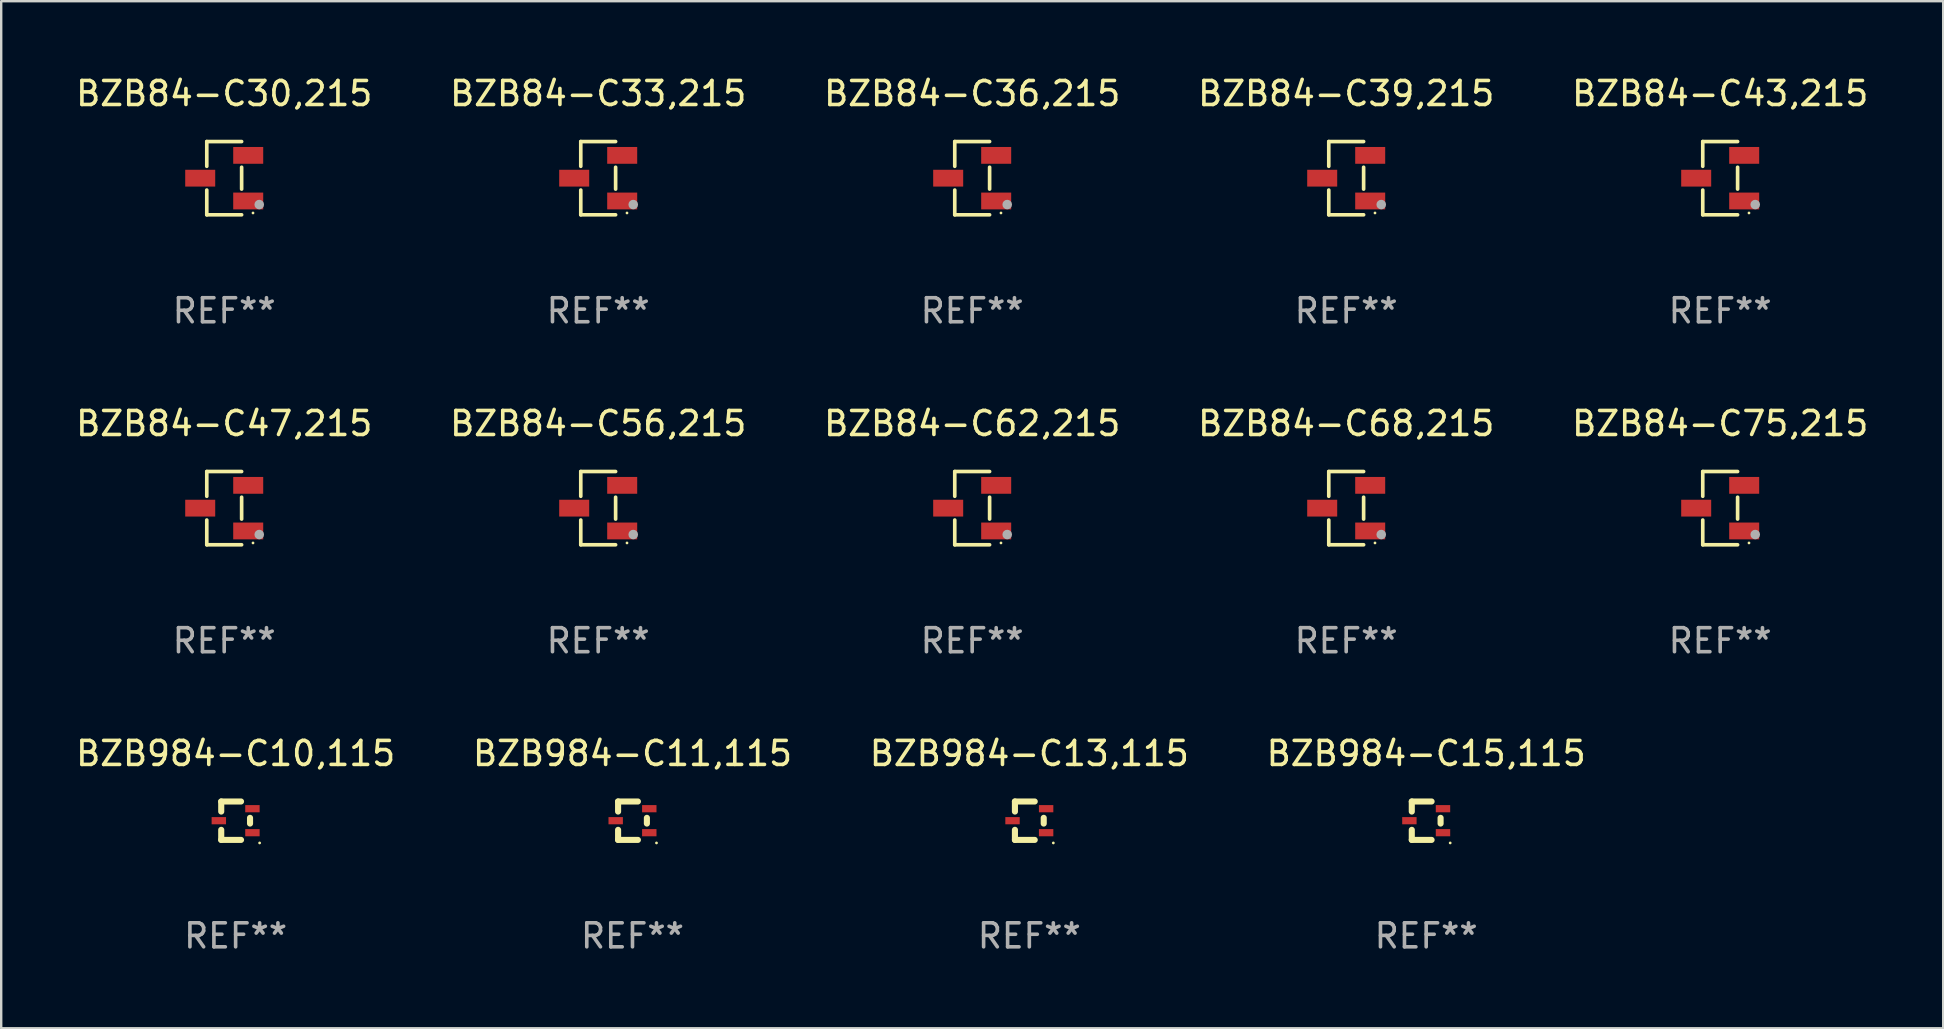
<source format=kicad_pcb>
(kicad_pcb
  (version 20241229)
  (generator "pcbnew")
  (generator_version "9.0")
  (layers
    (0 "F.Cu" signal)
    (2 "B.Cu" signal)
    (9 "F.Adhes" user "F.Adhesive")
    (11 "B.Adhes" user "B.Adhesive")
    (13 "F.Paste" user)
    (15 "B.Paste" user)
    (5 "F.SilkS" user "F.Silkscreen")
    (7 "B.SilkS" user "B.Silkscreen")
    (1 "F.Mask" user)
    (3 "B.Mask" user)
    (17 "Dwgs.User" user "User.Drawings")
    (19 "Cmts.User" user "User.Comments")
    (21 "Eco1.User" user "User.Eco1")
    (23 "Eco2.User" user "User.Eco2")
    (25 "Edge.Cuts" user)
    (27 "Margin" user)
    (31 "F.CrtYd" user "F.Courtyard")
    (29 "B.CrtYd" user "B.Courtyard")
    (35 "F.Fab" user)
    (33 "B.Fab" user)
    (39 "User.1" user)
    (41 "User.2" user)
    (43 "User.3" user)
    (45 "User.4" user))
  (footprint "BZB984-C13,115"
    (layer "F.Cu")
    (at 39.839 31.146)
    (property "Reference" "BZB984-C13,115" (at 0 -2.8 0) (layer "F.SilkS") (effects (font (size 1 1) (thickness 0.15))))
    (attr through_hole)
    (fp_line (start -0.6 -0.8) (end -0.6 -0.381) (stroke (width 0.254) (type solid)) (layer "F.SilkS"))
    (fp_line (start -0.6 -0.8) (end 0.225 -0.8) (stroke (width 0.254) (type solid)) (layer "F.SilkS"))
    (fp_line (start -0.6 0.381) (end -0.6 0.8) (stroke (width 0.254) (type solid)) (layer "F.SilkS"))
    (fp_line (start -0.6 0.8) (end 0.225 0.8) (stroke (width 0.254) (type solid)) (layer "F.SilkS"))
    (fp_line (start 0.6 -0.119) (end 0.6 0.119) (stroke (width 0.254) (type solid)) (layer "F.SilkS"))
    (fp_circle (center 1 0.927) (end 1.03 0.927) (stroke (width 0.06) (type solid)) (fill no) (layer "F.SilkS"))
    (fp_text user "REF**" (at 0 4.8 0) (layer "F.Fab") (effects (font (size 1 1) (thickness 0.15))))
    (pad "1" smd rect (at 0.7 0.5 180) (size 0.6 0.3) (layers "F.Cu" "F.Mask" "F.Paste"))
    (pad "2" smd rect (at 0.7 -0.5 180) (size 0.6 0.3) (layers "F.Cu" "F.Mask" "F.Paste"))
    (pad "3" smd rect (at -0.7 -0.000051 180) (size 0.6 0.3) (layers "F.Cu" "F.Mask" "F.Paste")))
  (footprint "BZB84-C68,215"
    (layer "F.Cu")
    (at 53.042 18.123)
    (property "Reference" "BZB84-C68,215" (at 0 -3.526 0) (layer "F.SilkS") (effects (font (size 1 1) (thickness 0.15))))
    (attr through_hole)
    (fp_line (start -0.726 -1.526) (end -0.726 -0.495) (stroke (width 0.152) (type solid)) (layer "F.SilkS"))
    (fp_line (start -0.726 1.526) (end -0.726 0.495) (stroke (width 0.152) (type solid)) (layer "F.SilkS"))
    (fp_line (start 0.726 -1.526) (end -0.726 -1.526) (stroke (width 0.152) (type solid)) (layer "F.SilkS"))
    (fp_line (start 0.726 -0.455) (end 0.726 0.455) (stroke (width 0.152) (type solid)) (layer "F.SilkS"))
    (fp_line (start 0.726 1.526) (end -0.726 1.526) (stroke (width 0.152) (type solid)) (layer "F.SilkS"))
    (fp_circle (center 1.2 1.45) (end 1.23 1.45) (stroke (width 0.06) (type solid)) (fill no) (layer "F.SilkS"))
    (fp_circle (center 1.46 1.1) (end 1.56 1.1) (stroke (width 0.2) (type solid)) (fill no) (layer "F.Fab"))
    (fp_text user "REF**" (at 0 5.526 0) (layer "F.Fab") (effects (font (size 1 1) (thickness 0.15))))
    (pad "1" smd rect (at 1 0.95) (size 1.25 0.7) (layers "F.Cu" "F.Mask" "F.Paste"))
    (pad "2" smd rect (at 1 -0.95) (size 1.25 0.7) (layers "F.Cu" "F.Mask" "F.Paste"))
    (pad "3" smd rect (at -1 0) (size 1.25 0.7) (layers "F.Cu" "F.Mask" "F.Paste")))
  (footprint "BZB84-C39,215"
    (layer "F.Cu")
    (at 53.042 4.374)
    (property "Reference" "BZB84-C39,215" (at 0 -3.526 0) (layer "F.SilkS") (effects (font (size 1 1) (thickness 0.15))))
    (attr through_hole)
    (fp_line (start -0.726 -1.526) (end -0.726 -0.495) (stroke (width 0.152) (type solid)) (layer "F.SilkS"))
    (fp_line (start -0.726 1.526) (end -0.726 0.495) (stroke (width 0.152) (type solid)) (layer "F.SilkS"))
    (fp_line (start 0.726 -1.526) (end -0.726 -1.526) (stroke (width 0.152) (type solid)) (layer "F.SilkS"))
    (fp_line (start 0.726 -0.455) (end 0.726 0.455) (stroke (width 0.152) (type solid)) (layer "F.SilkS"))
    (fp_line (start 0.726 1.526) (end -0.726 1.526) (stroke (width 0.152) (type solid)) (layer "F.SilkS"))
    (fp_circle (center 1.2 1.45) (end 1.23 1.45) (stroke (width 0.06) (type solid)) (fill no) (layer "F.SilkS"))
    (fp_circle (center 1.46 1.1) (end 1.56 1.1) (stroke (width 0.2) (type solid)) (fill no) (layer "F.Fab"))
    (fp_text user "REF**" (at 0 5.526 0) (layer "F.Fab") (effects (font (size 1 1) (thickness 0.15))))
    (pad "1" smd rect (at 1 0.95) (size 1.25 0.7) (layers "F.Cu" "F.Mask" "F.Paste"))
    (pad "2" smd rect (at 1 -0.95) (size 1.25 0.7) (layers "F.Cu" "F.Mask" "F.Paste"))
    (pad "3" smd rect (at -1 0) (size 1.25 0.7) (layers "F.Cu" "F.Mask" "F.Paste")))
  (footprint "BZB84-C47,215"
    (layer "F.Cu")
    (at 6.292 18.123)
    (property "Reference" "BZB84-C47,215" (at 0 -3.526 0) (layer "F.SilkS") (effects (font (size 1 1) (thickness 0.15))))
    (attr through_hole)
    (fp_line (start -0.726 -1.526) (end -0.726 -0.495) (stroke (width 0.152) (type solid)) (layer "F.SilkS"))
    (fp_line (start -0.726 1.526) (end -0.726 0.495) (stroke (width 0.152) (type solid)) (layer "F.SilkS"))
    (fp_line (start 0.726 -1.526) (end -0.726 -1.526) (stroke (width 0.152) (type solid)) (layer "F.SilkS"))
    (fp_line (start 0.726 -0.455) (end 0.726 0.455) (stroke (width 0.152) (type solid)) (layer "F.SilkS"))
    (fp_line (start 0.726 1.526) (end -0.726 1.526) (stroke (width 0.152) (type solid)) (layer "F.SilkS"))
    (fp_circle (center 1.2 1.45) (end 1.23 1.45) (stroke (width 0.06) (type solid)) (fill no) (layer "F.SilkS"))
    (fp_circle (center 1.46 1.1) (end 1.56 1.1) (stroke (width 0.2) (type solid)) (fill no) (layer "F.Fab"))
    (fp_text user "REF**" (at 0 5.526 0) (layer "F.Fab") (effects (font (size 1 1) (thickness 0.15))))
    (pad "1" smd rect (at 1 0.95) (size 1.25 0.7) (layers "F.Cu" "F.Mask" "F.Paste"))
    (pad "2" smd rect (at 1 -0.95) (size 1.25 0.7) (layers "F.Cu" "F.Mask" "F.Paste"))
    (pad "3" smd rect (at -1 0) (size 1.25 0.7) (layers "F.Cu" "F.Mask" "F.Paste")))
  (footprint "BZB84-C56,215"
    (layer "F.Cu")
    (at 21.875 18.123)
    (property "Reference" "BZB84-C56,215" (at 0 -3.526 0) (layer "F.SilkS") (effects (font (size 1 1) (thickness 0.15))))
    (attr through_hole)
    (fp_line (start -0.726 -1.526) (end -0.726 -0.495) (stroke (width 0.152) (type solid)) (layer "F.SilkS"))
    (fp_line (start -0.726 1.526) (end -0.726 0.495) (stroke (width 0.152) (type solid)) (layer "F.SilkS"))
    (fp_line (start 0.726 -1.526) (end -0.726 -1.526) (stroke (width 0.152) (type solid)) (layer "F.SilkS"))
    (fp_line (start 0.726 -0.455) (end 0.726 0.455) (stroke (width 0.152) (type solid)) (layer "F.SilkS"))
    (fp_line (start 0.726 1.526) (end -0.726 1.526) (stroke (width 0.152) (type solid)) (layer "F.SilkS"))
    (fp_circle (center 1.2 1.45) (end 1.23 1.45) (stroke (width 0.06) (type solid)) (fill no) (layer "F.SilkS"))
    (fp_circle (center 1.46 1.1) (end 1.56 1.1) (stroke (width 0.2) (type solid)) (fill no) (layer "F.Fab"))
    (fp_text user "REF**" (at 0 5.526 0) (layer "F.Fab") (effects (font (size 1 1) (thickness 0.15))))
    (pad "1" smd rect (at 1 0.95) (size 1.25 0.7) (layers "F.Cu" "F.Mask" "F.Paste"))
    (pad "2" smd rect (at 1 -0.95) (size 1.25 0.7) (layers "F.Cu" "F.Mask" "F.Paste"))
    (pad "3" smd rect (at -1 0) (size 1.25 0.7) (layers "F.Cu" "F.Mask" "F.Paste")))
  (footprint "BZB984-C15,115"
    (layer "F.Cu")
    (at 56.375 31.146)
    (property "Reference" "BZB984-C15,115" (at 0 -2.8 0) (layer "F.SilkS") (effects (font (size 1 1) (thickness 0.15))))
    (attr through_hole)
    (fp_line (start -0.6 -0.8) (end -0.6 -0.381) (stroke (width 0.254) (type solid)) (layer "F.SilkS"))
    (fp_line (start -0.6 -0.8) (end 0.225 -0.8) (stroke (width 0.254) (type solid)) (layer "F.SilkS"))
    (fp_line (start -0.6 0.381) (end -0.6 0.8) (stroke (width 0.254) (type solid)) (layer "F.SilkS"))
    (fp_line (start -0.6 0.8) (end 0.225 0.8) (stroke (width 0.254) (type solid)) (layer "F.SilkS"))
    (fp_line (start 0.6 -0.119) (end 0.6 0.119) (stroke (width 0.254) (type solid)) (layer "F.SilkS"))
    (fp_circle (center 1 0.927) (end 1.03 0.927) (stroke (width 0.06) (type solid)) (fill no) (layer "F.SilkS"))
    (fp_text user "REF**" (at 0 4.8 0) (layer "F.Fab") (effects (font (size 1 1) (thickness 0.15))))
    (pad "1" smd rect (at 0.7 0.5 180) (size 0.6 0.3) (layers "F.Cu" "F.Mask" "F.Paste"))
    (pad "2" smd rect (at 0.7 -0.5 180) (size 0.6 0.3) (layers "F.Cu" "F.Mask" "F.Paste"))
    (pad "3" smd rect (at -0.7 -0.000051 180) (size 0.6 0.3) (layers "F.Cu" "F.Mask" "F.Paste")))
  (footprint "BZB984-C11,115"
    (layer "F.Cu")
    (at 23.304 31.146)
    (property "Reference" "BZB984-C11,115" (at 0 -2.8 0) (layer "F.SilkS") (effects (font (size 1 1) (thickness 0.15))))
    (attr through_hole)
    (fp_line (start -0.6 -0.8) (end -0.6 -0.381) (stroke (width 0.254) (type solid)) (layer "F.SilkS"))
    (fp_line (start -0.6 -0.8) (end 0.225 -0.8) (stroke (width 0.254) (type solid)) (layer "F.SilkS"))
    (fp_line (start -0.6 0.381) (end -0.6 0.8) (stroke (width 0.254) (type solid)) (layer "F.SilkS"))
    (fp_line (start -0.6 0.8) (end 0.225 0.8) (stroke (width 0.254) (type solid)) (layer "F.SilkS"))
    (fp_line (start 0.6 -0.119) (end 0.6 0.119) (stroke (width 0.254) (type solid)) (layer "F.SilkS"))
    (fp_circle (center 1 0.927) (end 1.03 0.927) (stroke (width 0.06) (type solid)) (fill no) (layer "F.SilkS"))
    (fp_text user "REF**" (at 0 4.8 0) (layer "F.Fab") (effects (font (size 1 1) (thickness 0.15))))
    (pad "1" smd rect (at 0.7 0.5 180) (size 0.6 0.3) (layers "F.Cu" "F.Mask" "F.Paste"))
    (pad "2" smd rect (at 0.7 -0.5 180) (size 0.6 0.3) (layers "F.Cu" "F.Mask" "F.Paste"))
    (pad "3" smd rect (at -0.7 -0.000051 180) (size 0.6 0.3) (layers "F.Cu" "F.Mask" "F.Paste")))
  (footprint "BZB84-C33,215"
    (layer "F.Cu")
    (at 21.875 4.374)
    (property "Reference" "BZB84-C33,215" (at 0 -3.526 0) (layer "F.SilkS") (effects (font (size 1 1) (thickness 0.15))))
    (attr through_hole)
    (fp_line (start -0.726 -1.526) (end -0.726 -0.495) (stroke (width 0.152) (type solid)) (layer "F.SilkS"))
    (fp_line (start -0.726 1.526) (end -0.726 0.495) (stroke (width 0.152) (type solid)) (layer "F.SilkS"))
    (fp_line (start 0.726 -1.526) (end -0.726 -1.526) (stroke (width 0.152) (type solid)) (layer "F.SilkS"))
    (fp_line (start 0.726 -0.455) (end 0.726 0.455) (stroke (width 0.152) (type solid)) (layer "F.SilkS"))
    (fp_line (start 0.726 1.526) (end -0.726 1.526) (stroke (width 0.152) (type solid)) (layer "F.SilkS"))
    (fp_circle (center 1.2 1.45) (end 1.23 1.45) (stroke (width 0.06) (type solid)) (fill no) (layer "F.SilkS"))
    (fp_circle (center 1.46 1.1) (end 1.56 1.1) (stroke (width 0.2) (type solid)) (fill no) (layer "F.Fab"))
    (fp_text user "REF**" (at 0 5.526 0) (layer "F.Fab") (effects (font (size 1 1) (thickness 0.15))))
    (pad "1" smd rect (at 1 0.95) (size 1.25 0.7) (layers "F.Cu" "F.Mask" "F.Paste"))
    (pad "2" smd rect (at 1 -0.95) (size 1.25 0.7) (layers "F.Cu" "F.Mask" "F.Paste"))
    (pad "3" smd rect (at -1 0) (size 1.25 0.7) (layers "F.Cu" "F.Mask" "F.Paste")))
  (footprint "BZB84-C43,215"
    (layer "F.Cu")
    (at 68.625 4.374)
    (property "Reference" "BZB84-C43,215" (at 0 -3.526 0) (layer "F.SilkS") (effects (font (size 1 1) (thickness 0.15))))
    (attr through_hole)
    (fp_line (start -0.726 -1.526) (end -0.726 -0.495) (stroke (width 0.152) (type solid)) (layer "F.SilkS"))
    (fp_line (start -0.726 1.526) (end -0.726 0.495) (stroke (width 0.152) (type solid)) (layer "F.SilkS"))
    (fp_line (start 0.726 -1.526) (end -0.726 -1.526) (stroke (width 0.152) (type solid)) (layer "F.SilkS"))
    (fp_line (start 0.726 -0.455) (end 0.726 0.455) (stroke (width 0.152) (type solid)) (layer "F.SilkS"))
    (fp_line (start 0.726 1.526) (end -0.726 1.526) (stroke (width 0.152) (type solid)) (layer "F.SilkS"))
    (fp_circle (center 1.2 1.45) (end 1.23 1.45) (stroke (width 0.06) (type solid)) (fill no) (layer "F.SilkS"))
    (fp_circle (center 1.46 1.1) (end 1.56 1.1) (stroke (width 0.2) (type solid)) (fill no) (layer "F.Fab"))
    (fp_text user "REF**" (at 0 5.526 0) (layer "F.Fab") (effects (font (size 1 1) (thickness 0.15))))
    (pad "1" smd rect (at 1 0.95) (size 1.25 0.7) (layers "F.Cu" "F.Mask" "F.Paste"))
    (pad "2" smd rect (at 1 -0.95) (size 1.25 0.7) (layers "F.Cu" "F.Mask" "F.Paste"))
    (pad "3" smd rect (at -1 0) (size 1.25 0.7) (layers "F.Cu" "F.Mask" "F.Paste")))
  (footprint "BZB84-C75,215"
    (layer "F.Cu")
    (at 68.625 18.123)
    (property "Reference" "BZB84-C75,215" (at 0 -3.526 0) (layer "F.SilkS") (effects (font (size 1 1) (thickness 0.15))))
    (attr through_hole)
    (fp_line (start -0.726 -1.526) (end -0.726 -0.495) (stroke (width 0.152) (type solid)) (layer "F.SilkS"))
    (fp_line (start -0.726 1.526) (end -0.726 0.495) (stroke (width 0.152) (type solid)) (layer "F.SilkS"))
    (fp_line (start 0.726 -1.526) (end -0.726 -1.526) (stroke (width 0.152) (type solid)) (layer "F.SilkS"))
    (fp_line (start 0.726 -0.455) (end 0.726 0.455) (stroke (width 0.152) (type solid)) (layer "F.SilkS"))
    (fp_line (start 0.726 1.526) (end -0.726 1.526) (stroke (width 0.152) (type solid)) (layer "F.SilkS"))
    (fp_circle (center 1.2 1.45) (end 1.23 1.45) (stroke (width 0.06) (type solid)) (fill no) (layer "F.SilkS"))
    (fp_circle (center 1.46 1.1) (end 1.56 1.1) (stroke (width 0.2) (type solid)) (fill no) (layer "F.Fab"))
    (fp_text user "REF**" (at 0 5.526 0) (layer "F.Fab") (effects (font (size 1 1) (thickness 0.15))))
    (pad "1" smd rect (at 1 0.95) (size 1.25 0.7) (layers "F.Cu" "F.Mask" "F.Paste"))
    (pad "2" smd rect (at 1 -0.95) (size 1.25 0.7) (layers "F.Cu" "F.Mask" "F.Paste"))
    (pad "3" smd rect (at -1 0) (size 1.25 0.7) (layers "F.Cu" "F.Mask" "F.Paste")))
  (footprint "BZB84-C62,215"
    (layer "F.Cu")
    (at 37.458 18.123)
    (property "Reference" "BZB84-C62,215" (at 0 -3.526 0) (layer "F.SilkS") (effects (font (size 1 1) (thickness 0.15))))
    (attr through_hole)
    (fp_line (start -0.726 -1.526) (end -0.726 -0.495) (stroke (width 0.152) (type solid)) (layer "F.SilkS"))
    (fp_line (start -0.726 1.526) (end -0.726 0.495) (stroke (width 0.152) (type solid)) (layer "F.SilkS"))
    (fp_line (start 0.726 -1.526) (end -0.726 -1.526) (stroke (width 0.152) (type solid)) (layer "F.SilkS"))
    (fp_line (start 0.726 -0.455) (end 0.726 0.455) (stroke (width 0.152) (type solid)) (layer "F.SilkS"))
    (fp_line (start 0.726 1.526) (end -0.726 1.526) (stroke (width 0.152) (type solid)) (layer "F.SilkS"))
    (fp_circle (center 1.2 1.45) (end 1.23 1.45) (stroke (width 0.06) (type solid)) (fill no) (layer "F.SilkS"))
    (fp_circle (center 1.46 1.1) (end 1.56 1.1) (stroke (width 0.2) (type solid)) (fill no) (layer "F.Fab"))
    (fp_text user "REF**" (at 0 5.526 0) (layer "F.Fab") (effects (font (size 1 1) (thickness 0.15))))
    (pad "1" smd rect (at 1 0.95) (size 1.25 0.7) (layers "F.Cu" "F.Mask" "F.Paste"))
    (pad "2" smd rect (at 1 -0.95) (size 1.25 0.7) (layers "F.Cu" "F.Mask" "F.Paste"))
    (pad "3" smd rect (at -1 0) (size 1.25 0.7) (layers "F.Cu" "F.Mask" "F.Paste")))
  (footprint "BZB84-C36,215"
    (layer "F.Cu")
    (at 37.458 4.374)
    (property "Reference" "BZB84-C36,215" (at 0 -3.526 0) (layer "F.SilkS") (effects (font (size 1 1) (thickness 0.15))))
    (attr through_hole)
    (fp_line (start -0.726 -1.526) (end -0.726 -0.495) (stroke (width 0.152) (type solid)) (layer "F.SilkS"))
    (fp_line (start -0.726 1.526) (end -0.726 0.495) (stroke (width 0.152) (type solid)) (layer "F.SilkS"))
    (fp_line (start 0.726 -1.526) (end -0.726 -1.526) (stroke (width 0.152) (type solid)) (layer "F.SilkS"))
    (fp_line (start 0.726 -0.455) (end 0.726 0.455) (stroke (width 0.152) (type solid)) (layer "F.SilkS"))
    (fp_line (start 0.726 1.526) (end -0.726 1.526) (stroke (width 0.152) (type solid)) (layer "F.SilkS"))
    (fp_circle (center 1.2 1.45) (end 1.23 1.45) (stroke (width 0.06) (type solid)) (fill no) (layer "F.SilkS"))
    (fp_circle (center 1.46 1.1) (end 1.56 1.1) (stroke (width 0.2) (type solid)) (fill no) (layer "F.Fab"))
    (fp_text user "REF**" (at 0 5.526 0) (layer "F.Fab") (effects (font (size 1 1) (thickness 0.15))))
    (pad "1" smd rect (at 1 0.95) (size 1.25 0.7) (layers "F.Cu" "F.Mask" "F.Paste"))
    (pad "2" smd rect (at 1 -0.95) (size 1.25 0.7) (layers "F.Cu" "F.Mask" "F.Paste"))
    (pad "3" smd rect (at -1 0) (size 1.25 0.7) (layers "F.Cu" "F.Mask" "F.Paste")))
  (footprint "BZB84-C30,215"
    (layer "F.Cu")
    (at 6.292 4.374)
    (property "Reference" "BZB84-C30,215" (at 0 -3.526 0) (layer "F.SilkS") (effects (font (size 1 1) (thickness 0.15))))
    (attr through_hole)
    (fp_line (start -0.726 -1.526) (end -0.726 -0.495) (stroke (width 0.152) (type solid)) (layer "F.SilkS"))
    (fp_line (start -0.726 1.526) (end -0.726 0.495) (stroke (width 0.152) (type solid)) (layer "F.SilkS"))
    (fp_line (start 0.726 -1.526) (end -0.726 -1.526) (stroke (width 0.152) (type solid)) (layer "F.SilkS"))
    (fp_line (start 0.726 -0.455) (end 0.726 0.455) (stroke (width 0.152) (type solid)) (layer "F.SilkS"))
    (fp_line (start 0.726 1.526) (end -0.726 1.526) (stroke (width 0.152) (type solid)) (layer "F.SilkS"))
    (fp_circle (center 1.2 1.45) (end 1.23 1.45) (stroke (width 0.06) (type solid)) (fill no) (layer "F.SilkS"))
    (fp_circle (center 1.46 1.1) (end 1.56 1.1) (stroke (width 0.2) (type solid)) (fill no) (layer "F.Fab"))
    (fp_text user "REF**" (at 0 5.526 0) (layer "F.Fab") (effects (font (size 1 1) (thickness 0.15))))
    (pad "1" smd rect (at 1 0.95) (size 1.25 0.7) (layers "F.Cu" "F.Mask" "F.Paste"))
    (pad "2" smd rect (at 1 -0.95) (size 1.25 0.7) (layers "F.Cu" "F.Mask" "F.Paste"))
    (pad "3" smd rect (at -1 0) (size 1.25 0.7) (layers "F.Cu" "F.Mask" "F.Paste")))
  (footprint "BZB984-C10,115"
    (layer "F.Cu")
    (at 6.768 31.146)
    (property "Reference" "BZB984-C10,115" (at 0 -2.8 0) (layer "F.SilkS") (effects (font (size 1 1) (thickness 0.15))))
    (attr through_hole)
    (fp_line (start -0.6 -0.8) (end -0.6 -0.381) (stroke (width 0.254) (type solid)) (layer "F.SilkS"))
    (fp_line (start -0.6 -0.8) (end 0.225 -0.8) (stroke (width 0.254) (type solid)) (layer "F.SilkS"))
    (fp_line (start -0.6 0.381) (end -0.6 0.8) (stroke (width 0.254) (type solid)) (layer "F.SilkS"))
    (fp_line (start -0.6 0.8) (end 0.225 0.8) (stroke (width 0.254) (type solid)) (layer "F.SilkS"))
    (fp_line (start 0.6 -0.119) (end 0.6 0.119) (stroke (width 0.254) (type solid)) (layer "F.SilkS"))
    (fp_circle (center 1 0.927) (end 1.03 0.927) (stroke (width 0.06) (type solid)) (fill no) (layer "F.SilkS"))
    (fp_text user "REF**" (at 0 4.8 0) (layer "F.Fab") (effects (font (size 1 1) (thickness 0.15))))
    (pad "1" smd rect (at 0.7 0.5 180) (size 0.6 0.3) (layers "F.Cu" "F.Mask" "F.Paste"))
    (pad "2" smd rect (at 0.7 -0.5 180) (size 0.6 0.3) (layers "F.Cu" "F.Mask" "F.Paste"))
    (pad "3" smd rect (at -0.7 -0.000051 180) (size 0.6 0.3) (layers "F.Cu" "F.Mask" "F.Paste")))
  (gr_rect
    (start -3 -3)
    (end 77.917 39.794)
    (stroke (width 0.1) (type default))
    (fill no)
    (layer "Edge.Cuts")))
</source>
